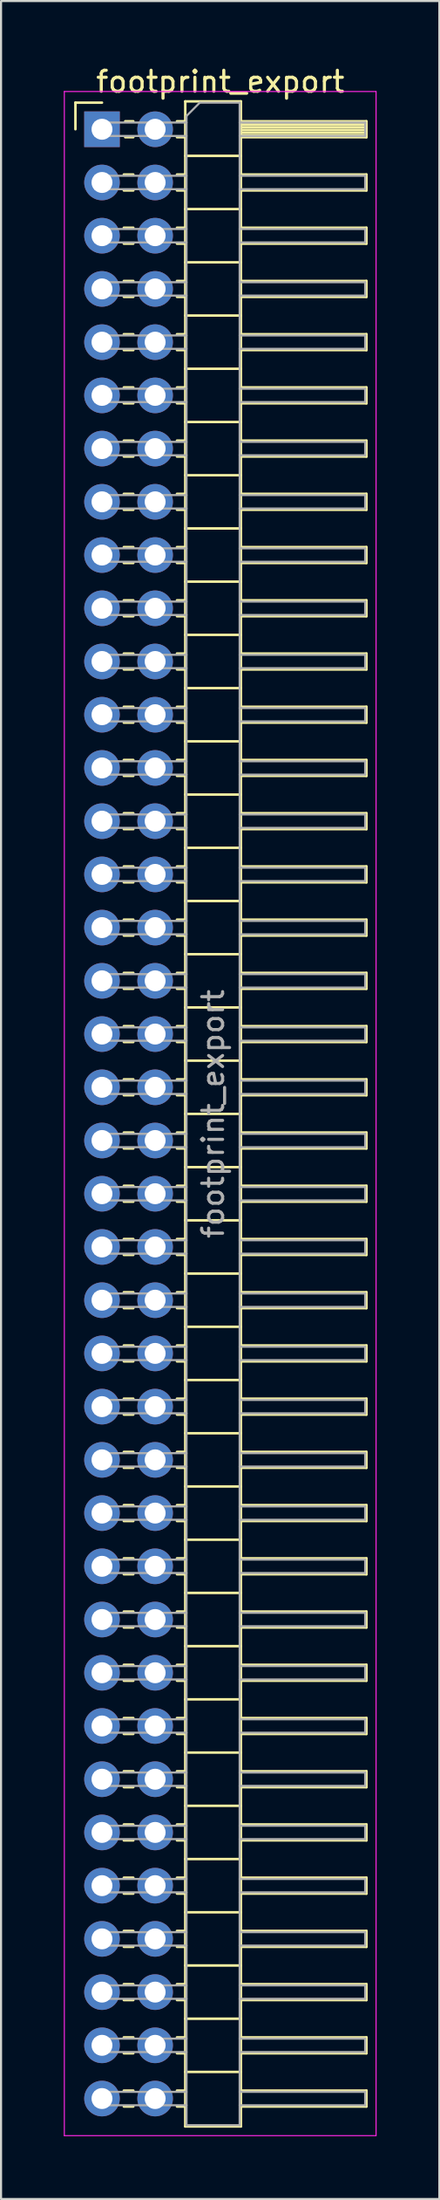
<source format=kicad_pcb>
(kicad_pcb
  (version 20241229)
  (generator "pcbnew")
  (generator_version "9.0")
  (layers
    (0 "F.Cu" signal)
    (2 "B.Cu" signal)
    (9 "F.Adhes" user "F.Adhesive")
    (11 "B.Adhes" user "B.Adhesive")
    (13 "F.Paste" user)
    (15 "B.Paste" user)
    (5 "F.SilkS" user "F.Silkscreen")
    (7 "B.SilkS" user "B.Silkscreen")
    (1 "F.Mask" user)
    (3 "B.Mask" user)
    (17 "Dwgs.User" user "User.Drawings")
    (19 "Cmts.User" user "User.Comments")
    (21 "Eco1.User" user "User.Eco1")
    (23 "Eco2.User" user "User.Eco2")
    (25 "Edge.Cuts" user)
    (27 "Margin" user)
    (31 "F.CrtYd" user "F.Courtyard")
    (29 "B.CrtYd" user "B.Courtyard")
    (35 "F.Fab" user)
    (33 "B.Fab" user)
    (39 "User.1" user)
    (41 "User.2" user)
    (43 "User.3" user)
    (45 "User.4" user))
  (footprint "footprint_export"
    (layer "F.Cu")
    (at 1.825 3.118)
    (property "Reference" "footprint_export" (at 5.655 -2.27 0) (layer "F.SilkS") (effects (font (size 1 1) (thickness 0.15))))
    (attr through_hole)
    (fp_line (start -1.27 -1.27) (end 0 -1.27) (stroke (width 0.12) (type solid)) (layer "F.SilkS"))
    (fp_line (start -1.27 0) (end -1.27 -1.27) (stroke (width 0.12) (type solid)) (layer "F.SilkS"))
    (fp_line (start 1.043 2.16) (end 1.497 2.16) (stroke (width 0.12) (type solid)) (layer "F.SilkS"))
    (fp_line (start 1.043 2.92) (end 1.497 2.92) (stroke (width 0.12) (type solid)) (layer "F.SilkS"))
    (fp_line (start 1.043 4.7) (end 1.497 4.7) (stroke (width 0.12) (type solid)) (layer "F.SilkS"))
    (fp_line (start 1.043 5.46) (end 1.497 5.46) (stroke (width 0.12) (type solid)) (layer "F.SilkS"))
    (fp_line (start 1.043 7.24) (end 1.497 7.24) (stroke (width 0.12) (type solid)) (layer "F.SilkS"))
    (fp_line (start 1.043 8) (end 1.497 8) (stroke (width 0.12) (type solid)) (layer "F.SilkS"))
    (fp_line (start 1.043 9.78) (end 1.497 9.78) (stroke (width 0.12) (type solid)) (layer "F.SilkS"))
    (fp_line (start 1.043 10.54) (end 1.497 10.54) (stroke (width 0.12) (type solid)) (layer "F.SilkS"))
    (fp_line (start 1.043 12.32) (end 1.497 12.32) (stroke (width 0.12) (type solid)) (layer "F.SilkS"))
    (fp_line (start 1.043 13.08) (end 1.497 13.08) (stroke (width 0.12) (type solid)) (layer "F.SilkS"))
    (fp_line (start 1.043 14.86) (end 1.497 14.86) (stroke (width 0.12) (type solid)) (layer "F.SilkS"))
    (fp_line (start 1.043 15.62) (end 1.497 15.62) (stroke (width 0.12) (type solid)) (layer "F.SilkS"))
    (fp_line (start 1.043 17.4) (end 1.497 17.4) (stroke (width 0.12) (type solid)) (layer "F.SilkS"))
    (fp_line (start 1.043 18.16) (end 1.497 18.16) (stroke (width 0.12) (type solid)) (layer "F.SilkS"))
    (fp_line (start 1.043 19.94) (end 1.497 19.94) (stroke (width 0.12) (type solid)) (layer "F.SilkS"))
    (fp_line (start 1.043 20.7) (end 1.497 20.7) (stroke (width 0.12) (type solid)) (layer "F.SilkS"))
    (fp_line (start 1.043 22.48) (end 1.497 22.48) (stroke (width 0.12) (type solid)) (layer "F.SilkS"))
    (fp_line (start 1.043 23.24) (end 1.497 23.24) (stroke (width 0.12) (type solid)) (layer "F.SilkS"))
    (fp_line (start 1.043 25.02) (end 1.497 25.02) (stroke (width 0.12) (type solid)) (layer "F.SilkS"))
    (fp_line (start 1.043 25.78) (end 1.497 25.78) (stroke (width 0.12) (type solid)) (layer "F.SilkS"))
    (fp_line (start 1.043 27.56) (end 1.497 27.56) (stroke (width 0.12) (type solid)) (layer "F.SilkS"))
    (fp_line (start 1.043 28.32) (end 1.497 28.32) (stroke (width 0.12) (type solid)) (layer "F.SilkS"))
    (fp_line (start 1.043 30.1) (end 1.497 30.1) (stroke (width 0.12) (type solid)) (layer "F.SilkS"))
    (fp_line (start 1.043 30.86) (end 1.497 30.86) (stroke (width 0.12) (type solid)) (layer "F.SilkS"))
    (fp_line (start 1.043 32.64) (end 1.497 32.64) (stroke (width 0.12) (type solid)) (layer "F.SilkS"))
    (fp_line (start 1.043 33.4) (end 1.497 33.4) (stroke (width 0.12) (type solid)) (layer "F.SilkS"))
    (fp_line (start 1.043 35.18) (end 1.497 35.18) (stroke (width 0.12) (type solid)) (layer "F.SilkS"))
    (fp_line (start 1.043 35.94) (end 1.497 35.94) (stroke (width 0.12) (type solid)) (layer "F.SilkS"))
    (fp_line (start 1.043 37.72) (end 1.497 37.72) (stroke (width 0.12) (type solid)) (layer "F.SilkS"))
    (fp_line (start 1.043 38.48) (end 1.497 38.48) (stroke (width 0.12) (type solid)) (layer "F.SilkS"))
    (fp_line (start 1.043 40.26) (end 1.497 40.26) (stroke (width 0.12) (type solid)) (layer "F.SilkS"))
    (fp_line (start 1.043 41.02) (end 1.497 41.02) (stroke (width 0.12) (type solid)) (layer "F.SilkS"))
    (fp_line (start 1.043 42.8) (end 1.497 42.8) (stroke (width 0.12) (type solid)) (layer "F.SilkS"))
    (fp_line (start 1.043 43.56) (end 1.497 43.56) (stroke (width 0.12) (type solid)) (layer "F.SilkS"))
    (fp_line (start 1.043 45.34) (end 1.497 45.34) (stroke (width 0.12) (type solid)) (layer "F.SilkS"))
    (fp_line (start 1.043 46.1) (end 1.497 46.1) (stroke (width 0.12) (type solid)) (layer "F.SilkS"))
    (fp_line (start 1.043 47.88) (end 1.497 47.88) (stroke (width 0.12) (type solid)) (layer "F.SilkS"))
    (fp_line (start 1.043 48.64) (end 1.497 48.64) (stroke (width 0.12) (type solid)) (layer "F.SilkS"))
    (fp_line (start 1.043 50.42) (end 1.497 50.42) (stroke (width 0.12) (type solid)) (layer "F.SilkS"))
    (fp_line (start 1.043 51.18) (end 1.497 51.18) (stroke (width 0.12) (type solid)) (layer "F.SilkS"))
    (fp_line (start 1.043 52.96) (end 1.497 52.96) (stroke (width 0.12) (type solid)) (layer "F.SilkS"))
    (fp_line (start 1.043 53.72) (end 1.497 53.72) (stroke (width 0.12) (type solid)) (layer "F.SilkS"))
    (fp_line (start 1.043 55.5) (end 1.497 55.5) (stroke (width 0.12) (type solid)) (layer "F.SilkS"))
    (fp_line (start 1.043 56.26) (end 1.497 56.26) (stroke (width 0.12) (type solid)) (layer "F.SilkS"))
    (fp_line (start 1.043 58.04) (end 1.497 58.04) (stroke (width 0.12) (type solid)) (layer "F.SilkS"))
    (fp_line (start 1.043 58.8) (end 1.497 58.8) (stroke (width 0.12) (type solid)) (layer "F.SilkS"))
    (fp_line (start 1.043 60.58) (end 1.497 60.58) (stroke (width 0.12) (type solid)) (layer "F.SilkS"))
    (fp_line (start 1.043 61.34) (end 1.497 61.34) (stroke (width 0.12) (type solid)) (layer "F.SilkS"))
    (fp_line (start 1.043 63.12) (end 1.497 63.12) (stroke (width 0.12) (type solid)) (layer "F.SilkS"))
    (fp_line (start 1.043 63.88) (end 1.497 63.88) (stroke (width 0.12) (type solid)) (layer "F.SilkS"))
    (fp_line (start 1.043 65.66) (end 1.497 65.66) (stroke (width 0.12) (type solid)) (layer "F.SilkS"))
    (fp_line (start 1.043 66.42) (end 1.497 66.42) (stroke (width 0.12) (type solid)) (layer "F.SilkS"))
    (fp_line (start 1.043 68.2) (end 1.497 68.2) (stroke (width 0.12) (type solid)) (layer "F.SilkS"))
    (fp_line (start 1.043 68.96) (end 1.497 68.96) (stroke (width 0.12) (type solid)) (layer "F.SilkS"))
    (fp_line (start 1.043 70.74) (end 1.497 70.74) (stroke (width 0.12) (type solid)) (layer "F.SilkS"))
    (fp_line (start 1.043 71.5) (end 1.497 71.5) (stroke (width 0.12) (type solid)) (layer "F.SilkS"))
    (fp_line (start 1.043 73.28) (end 1.497 73.28) (stroke (width 0.12) (type solid)) (layer "F.SilkS"))
    (fp_line (start 1.043 74.04) (end 1.497 74.04) (stroke (width 0.12) (type solid)) (layer "F.SilkS"))
    (fp_line (start 1.043 75.82) (end 1.497 75.82) (stroke (width 0.12) (type solid)) (layer "F.SilkS"))
    (fp_line (start 1.043 76.58) (end 1.497 76.58) (stroke (width 0.12) (type solid)) (layer "F.SilkS"))
    (fp_line (start 1.043 78.36) (end 1.497 78.36) (stroke (width 0.12) (type solid)) (layer "F.SilkS"))
    (fp_line (start 1.043 79.12) (end 1.497 79.12) (stroke (width 0.12) (type solid)) (layer "F.SilkS"))
    (fp_line (start 1.043 80.9) (end 1.497 80.9) (stroke (width 0.12) (type solid)) (layer "F.SilkS"))
    (fp_line (start 1.043 81.66) (end 1.497 81.66) (stroke (width 0.12) (type solid)) (layer "F.SilkS"))
    (fp_line (start 1.043 83.44) (end 1.497 83.44) (stroke (width 0.12) (type solid)) (layer "F.SilkS"))
    (fp_line (start 1.043 84.2) (end 1.497 84.2) (stroke (width 0.12) (type solid)) (layer "F.SilkS"))
    (fp_line (start 1.043 85.98) (end 1.497 85.98) (stroke (width 0.12) (type solid)) (layer "F.SilkS"))
    (fp_line (start 1.043 86.74) (end 1.497 86.74) (stroke (width 0.12) (type solid)) (layer "F.SilkS"))
    (fp_line (start 1.043 88.52) (end 1.497 88.52) (stroke (width 0.12) (type solid)) (layer "F.SilkS"))
    (fp_line (start 1.043 89.28) (end 1.497 89.28) (stroke (width 0.12) (type solid)) (layer "F.SilkS"))
    (fp_line (start 1.043 91.06) (end 1.497 91.06) (stroke (width 0.12) (type solid)) (layer "F.SilkS"))
    (fp_line (start 1.043 91.82) (end 1.497 91.82) (stroke (width 0.12) (type solid)) (layer "F.SilkS"))
    (fp_line (start 1.043 93.6) (end 1.497 93.6) (stroke (width 0.12) (type solid)) (layer "F.SilkS"))
    (fp_line (start 1.043 94.36) (end 1.497 94.36) (stroke (width 0.12) (type solid)) (layer "F.SilkS"))
    (fp_line (start 1.11 -0.38) (end 1.497 -0.38) (stroke (width 0.12) (type solid)) (layer "F.SilkS"))
    (fp_line (start 1.11 0.38) (end 1.497 0.38) (stroke (width 0.12) (type solid)) (layer "F.SilkS"))
    (fp_line (start 3.583 -0.38) (end 3.98 -0.38) (stroke (width 0.12) (type solid)) (layer "F.SilkS"))
    (fp_line (start 3.583 0.38) (end 3.98 0.38) (stroke (width 0.12) (type solid)) (layer "F.SilkS"))
    (fp_line (start 3.583 2.16) (end 3.98 2.16) (stroke (width 0.12) (type solid)) (layer "F.SilkS"))
    (fp_line (start 3.583 2.92) (end 3.98 2.92) (stroke (width 0.12) (type solid)) (layer "F.SilkS"))
    (fp_line (start 3.583 4.7) (end 3.98 4.7) (stroke (width 0.12) (type solid)) (layer "F.SilkS"))
    (fp_line (start 3.583 5.46) (end 3.98 5.46) (stroke (width 0.12) (type solid)) (layer "F.SilkS"))
    (fp_line (start 3.583 7.24) (end 3.98 7.24) (stroke (width 0.12) (type solid)) (layer "F.SilkS"))
    (fp_line (start 3.583 8) (end 3.98 8) (stroke (width 0.12) (type solid)) (layer "F.SilkS"))
    (fp_line (start 3.583 9.78) (end 3.98 9.78) (stroke (width 0.12) (type solid)) (layer "F.SilkS"))
    (fp_line (start 3.583 10.54) (end 3.98 10.54) (stroke (width 0.12) (type solid)) (layer "F.SilkS"))
    (fp_line (start 3.583 12.32) (end 3.98 12.32) (stroke (width 0.12) (type solid)) (layer "F.SilkS"))
    (fp_line (start 3.583 13.08) (end 3.98 13.08) (stroke (width 0.12) (type solid)) (layer "F.SilkS"))
    (fp_line (start 3.583 14.86) (end 3.98 14.86) (stroke (width 0.12) (type solid)) (layer "F.SilkS"))
    (fp_line (start 3.583 15.62) (end 3.98 15.62) (stroke (width 0.12) (type solid)) (layer "F.SilkS"))
    (fp_line (start 3.583 17.4) (end 3.98 17.4) (stroke (width 0.12) (type solid)) (layer "F.SilkS"))
    (fp_line (start 3.583 18.16) (end 3.98 18.16) (stroke (width 0.12) (type solid)) (layer "F.SilkS"))
    (fp_line (start 3.583 19.94) (end 3.98 19.94) (stroke (width 0.12) (type solid)) (layer "F.SilkS"))
    (fp_line (start 3.583 20.7) (end 3.98 20.7) (stroke (width 0.12) (type solid)) (layer "F.SilkS"))
    (fp_line (start 3.583 22.48) (end 3.98 22.48) (stroke (width 0.12) (type solid)) (layer "F.SilkS"))
    (fp_line (start 3.583 23.24) (end 3.98 23.24) (stroke (width 0.12) (type solid)) (layer "F.SilkS"))
    (fp_line (start 3.583 25.02) (end 3.98 25.02) (stroke (width 0.12) (type solid)) (layer "F.SilkS"))
    (fp_line (start 3.583 25.78) (end 3.98 25.78) (stroke (width 0.12) (type solid)) (layer "F.SilkS"))
    (fp_line (start 3.583 27.56) (end 3.98 27.56) (stroke (width 0.12) (type solid)) (layer "F.SilkS"))
    (fp_line (start 3.583 28.32) (end 3.98 28.32) (stroke (width 0.12) (type solid)) (layer "F.SilkS"))
    (fp_line (start 3.583 30.1) (end 3.98 30.1) (stroke (width 0.12) (type solid)) (layer "F.SilkS"))
    (fp_line (start 3.583 30.86) (end 3.98 30.86) (stroke (width 0.12) (type solid)) (layer "F.SilkS"))
    (fp_line (start 3.583 32.64) (end 3.98 32.64) (stroke (width 0.12) (type solid)) (layer "F.SilkS"))
    (fp_line (start 3.583 33.4) (end 3.98 33.4) (stroke (width 0.12) (type solid)) (layer "F.SilkS"))
    (fp_line (start 3.583 35.18) (end 3.98 35.18) (stroke (width 0.12) (type solid)) (layer "F.SilkS"))
    (fp_line (start 3.583 35.94) (end 3.98 35.94) (stroke (width 0.12) (type solid)) (layer "F.SilkS"))
    (fp_line (start 3.583 37.72) (end 3.98 37.72) (stroke (width 0.12) (type solid)) (layer "F.SilkS"))
    (fp_line (start 3.583 38.48) (end 3.98 38.48) (stroke (width 0.12) (type solid)) (layer "F.SilkS"))
    (fp_line (start 3.583 40.26) (end 3.98 40.26) (stroke (width 0.12) (type solid)) (layer "F.SilkS"))
    (fp_line (start 3.583 41.02) (end 3.98 41.02) (stroke (width 0.12) (type solid)) (layer "F.SilkS"))
    (fp_line (start 3.583 42.8) (end 3.98 42.8) (stroke (width 0.12) (type solid)) (layer "F.SilkS"))
    (fp_line (start 3.583 43.56) (end 3.98 43.56) (stroke (width 0.12) (type solid)) (layer "F.SilkS"))
    (fp_line (start 3.583 45.34) (end 3.98 45.34) (stroke (width 0.12) (type solid)) (layer "F.SilkS"))
    (fp_line (start 3.583 46.1) (end 3.98 46.1) (stroke (width 0.12) (type solid)) (layer "F.SilkS"))
    (fp_line (start 3.583 47.88) (end 3.98 47.88) (stroke (width 0.12) (type solid)) (layer "F.SilkS"))
    (fp_line (start 3.583 48.64) (end 3.98 48.64) (stroke (width 0.12) (type solid)) (layer "F.SilkS"))
    (fp_line (start 3.583 50.42) (end 3.98 50.42) (stroke (width 0.12) (type solid)) (layer "F.SilkS"))
    (fp_line (start 3.583 51.18) (end 3.98 51.18) (stroke (width 0.12) (type solid)) (layer "F.SilkS"))
    (fp_line (start 3.583 52.96) (end 3.98 52.96) (stroke (width 0.12) (type solid)) (layer "F.SilkS"))
    (fp_line (start 3.583 53.72) (end 3.98 53.72) (stroke (width 0.12) (type solid)) (layer "F.SilkS"))
    (fp_line (start 3.583 55.5) (end 3.98 55.5) (stroke (width 0.12) (type solid)) (layer "F.SilkS"))
    (fp_line (start 3.583 56.26) (end 3.98 56.26) (stroke (width 0.12) (type solid)) (layer "F.SilkS"))
    (fp_line (start 3.583 58.04) (end 3.98 58.04) (stroke (width 0.12) (type solid)) (layer "F.SilkS"))
    (fp_line (start 3.583 58.8) (end 3.98 58.8) (stroke (width 0.12) (type solid)) (layer "F.SilkS"))
    (fp_line (start 3.583 60.58) (end 3.98 60.58) (stroke (width 0.12) (type solid)) (layer "F.SilkS"))
    (fp_line (start 3.583 61.34) (end 3.98 61.34) (stroke (width 0.12) (type solid)) (layer "F.SilkS"))
    (fp_line (start 3.583 63.12) (end 3.98 63.12) (stroke (width 0.12) (type solid)) (layer "F.SilkS"))
    (fp_line (start 3.583 63.88) (end 3.98 63.88) (stroke (width 0.12) (type solid)) (layer "F.SilkS"))
    (fp_line (start 3.583 65.66) (end 3.98 65.66) (stroke (width 0.12) (type solid)) (layer "F.SilkS"))
    (fp_line (start 3.583 66.42) (end 3.98 66.42) (stroke (width 0.12) (type solid)) (layer "F.SilkS"))
    (fp_line (start 3.583 68.2) (end 3.98 68.2) (stroke (width 0.12) (type solid)) (layer "F.SilkS"))
    (fp_line (start 3.583 68.96) (end 3.98 68.96) (stroke (width 0.12) (type solid)) (layer "F.SilkS"))
    (fp_line (start 3.583 70.74) (end 3.98 70.74) (stroke (width 0.12) (type solid)) (layer "F.SilkS"))
    (fp_line (start 3.583 71.5) (end 3.98 71.5) (stroke (width 0.12) (type solid)) (layer "F.SilkS"))
    (fp_line (start 3.583 73.28) (end 3.98 73.28) (stroke (width 0.12) (type solid)) (layer "F.SilkS"))
    (fp_line (start 3.583 74.04) (end 3.98 74.04) (stroke (width 0.12) (type solid)) (layer "F.SilkS"))
    (fp_line (start 3.583 75.82) (end 3.98 75.82) (stroke (width 0.12) (type solid)) (layer "F.SilkS"))
    (fp_line (start 3.583 76.58) (end 3.98 76.58) (stroke (width 0.12) (type solid)) (layer "F.SilkS"))
    (fp_line (start 3.583 78.36) (end 3.98 78.36) (stroke (width 0.12) (type solid)) (layer "F.SilkS"))
    (fp_line (start 3.583 79.12) (end 3.98 79.12) (stroke (width 0.12) (type solid)) (layer "F.SilkS"))
    (fp_line (start 3.583 80.9) (end 3.98 80.9) (stroke (width 0.12) (type solid)) (layer "F.SilkS"))
    (fp_line (start 3.583 81.66) (end 3.98 81.66) (stroke (width 0.12) (type solid)) (layer "F.SilkS"))
    (fp_line (start 3.583 83.44) (end 3.98 83.44) (stroke (width 0.12) (type solid)) (layer "F.SilkS"))
    (fp_line (start 3.583 84.2) (end 3.98 84.2) (stroke (width 0.12) (type solid)) (layer "F.SilkS"))
    (fp_line (start 3.583 85.98) (end 3.98 85.98) (stroke (width 0.12) (type solid)) (layer "F.SilkS"))
    (fp_line (start 3.583 86.74) (end 3.98 86.74) (stroke (width 0.12) (type solid)) (layer "F.SilkS"))
    (fp_line (start 3.583 88.52) (end 3.98 88.52) (stroke (width 0.12) (type solid)) (layer "F.SilkS"))
    (fp_line (start 3.583 89.28) (end 3.98 89.28) (stroke (width 0.12) (type solid)) (layer "F.SilkS"))
    (fp_line (start 3.583 91.06) (end 3.98 91.06) (stroke (width 0.12) (type solid)) (layer "F.SilkS"))
    (fp_line (start 3.583 91.82) (end 3.98 91.82) (stroke (width 0.12) (type solid)) (layer "F.SilkS"))
    (fp_line (start 3.583 93.6) (end 3.98 93.6) (stroke (width 0.12) (type solid)) (layer "F.SilkS"))
    (fp_line (start 3.583 94.36) (end 3.98 94.36) (stroke (width 0.12) (type solid)) (layer "F.SilkS"))
    (fp_line (start 3.98 -1.33) (end 3.98 95.31) (stroke (width 0.12) (type solid)) (layer "F.SilkS"))
    (fp_line (start 3.98 1.27) (end 6.64 1.27) (stroke (width 0.12) (type solid)) (layer "F.SilkS"))
    (fp_line (start 3.98 3.81) (end 6.64 3.81) (stroke (width 0.12) (type solid)) (layer "F.SilkS"))
    (fp_line (start 3.98 6.35) (end 6.64 6.35) (stroke (width 0.12) (type solid)) (layer "F.SilkS"))
    (fp_line (start 3.98 8.89) (end 6.64 8.89) (stroke (width 0.12) (type solid)) (layer "F.SilkS"))
    (fp_line (start 3.98 11.43) (end 6.64 11.43) (stroke (width 0.12) (type solid)) (layer "F.SilkS"))
    (fp_line (start 3.98 13.97) (end 6.64 13.97) (stroke (width 0.12) (type solid)) (layer "F.SilkS"))
    (fp_line (start 3.98 16.51) (end 6.64 16.51) (stroke (width 0.12) (type solid)) (layer "F.SilkS"))
    (fp_line (start 3.98 19.05) (end 6.64 19.05) (stroke (width 0.12) (type solid)) (layer "F.SilkS"))
    (fp_line (start 3.98 21.59) (end 6.64 21.59) (stroke (width 0.12) (type solid)) (layer "F.SilkS"))
    (fp_line (start 3.98 24.13) (end 6.64 24.13) (stroke (width 0.12) (type solid)) (layer "F.SilkS"))
    (fp_line (start 3.98 26.67) (end 6.64 26.67) (stroke (width 0.12) (type solid)) (layer "F.SilkS"))
    (fp_line (start 3.98 29.21) (end 6.64 29.21) (stroke (width 0.12) (type solid)) (layer "F.SilkS"))
    (fp_line (start 3.98 31.75) (end 6.64 31.75) (stroke (width 0.12) (type solid)) (layer "F.SilkS"))
    (fp_line (start 3.98 34.29) (end 6.64 34.29) (stroke (width 0.12) (type solid)) (layer "F.SilkS"))
    (fp_line (start 3.98 36.83) (end 6.64 36.83) (stroke (width 0.12) (type solid)) (layer "F.SilkS"))
    (fp_line (start 3.98 39.37) (end 6.64 39.37) (stroke (width 0.12) (type solid)) (layer "F.SilkS"))
    (fp_line (start 3.98 41.91) (end 6.64 41.91) (stroke (width 0.12) (type solid)) (layer "F.SilkS"))
    (fp_line (start 3.98 44.45) (end 6.64 44.45) (stroke (width 0.12) (type solid)) (layer "F.SilkS"))
    (fp_line (start 3.98 46.99) (end 6.64 46.99) (stroke (width 0.12) (type solid)) (layer "F.SilkS"))
    (fp_line (start 3.98 49.53) (end 6.64 49.53) (stroke (width 0.12) (type solid)) (layer "F.SilkS"))
    (fp_line (start 3.98 52.07) (end 6.64 52.07) (stroke (width 0.12) (type solid)) (layer "F.SilkS"))
    (fp_line (start 3.98 54.61) (end 6.64 54.61) (stroke (width 0.12) (type solid)) (layer "F.SilkS"))
    (fp_line (start 3.98 57.15) (end 6.64 57.15) (stroke (width 0.12) (type solid)) (layer "F.SilkS"))
    (fp_line (start 3.98 59.69) (end 6.64 59.69) (stroke (width 0.12) (type solid)) (layer "F.SilkS"))
    (fp_line (start 3.98 62.23) (end 6.64 62.23) (stroke (width 0.12) (type solid)) (layer "F.SilkS"))
    (fp_line (start 3.98 64.77) (end 6.64 64.77) (stroke (width 0.12) (type solid)) (layer "F.SilkS"))
    (fp_line (start 3.98 67.31) (end 6.64 67.31) (stroke (width 0.12) (type solid)) (layer "F.SilkS"))
    (fp_line (start 3.98 69.85) (end 6.64 69.85) (stroke (width 0.12) (type solid)) (layer "F.SilkS"))
    (fp_line (start 3.98 72.39) (end 6.64 72.39) (stroke (width 0.12) (type solid)) (layer "F.SilkS"))
    (fp_line (start 3.98 74.93) (end 6.64 74.93) (stroke (width 0.12) (type solid)) (layer "F.SilkS"))
    (fp_line (start 3.98 77.47) (end 6.64 77.47) (stroke (width 0.12) (type solid)) (layer "F.SilkS"))
    (fp_line (start 3.98 80.01) (end 6.64 80.01) (stroke (width 0.12) (type solid)) (layer "F.SilkS"))
    (fp_line (start 3.98 82.55) (end 6.64 82.55) (stroke (width 0.12) (type solid)) (layer "F.SilkS"))
    (fp_line (start 3.98 85.09) (end 6.64 85.09) (stroke (width 0.12) (type solid)) (layer "F.SilkS"))
    (fp_line (start 3.98 87.63) (end 6.64 87.63) (stroke (width 0.12) (type solid)) (layer "F.SilkS"))
    (fp_line (start 3.98 90.17) (end 6.64 90.17) (stroke (width 0.12) (type solid)) (layer "F.SilkS"))
    (fp_line (start 3.98 92.71) (end 6.64 92.71) (stroke (width 0.12) (type solid)) (layer "F.SilkS"))
    (fp_line (start 3.98 95.31) (end 6.64 95.31) (stroke (width 0.12) (type solid)) (layer "F.SilkS"))
    (fp_line (start 6.64 -1.33) (end 3.98 -1.33) (stroke (width 0.12) (type solid)) (layer "F.SilkS"))
    (fp_line (start 6.64 -0.38) (end 12.64 -0.38) (stroke (width 0.12) (type solid)) (layer "F.SilkS"))
    (fp_line (start 6.64 -0.32) (end 12.64 -0.32) (stroke (width 0.12) (type solid)) (layer "F.SilkS"))
    (fp_line (start 6.64 -0.2) (end 12.64 -0.2) (stroke (width 0.12) (type solid)) (layer "F.SilkS"))
    (fp_line (start 6.64 -0.08) (end 12.64 -0.08) (stroke (width 0.12) (type solid)) (layer "F.SilkS"))
    (fp_line (start 6.64 0.04) (end 12.64 0.04) (stroke (width 0.12) (type solid)) (layer "F.SilkS"))
    (fp_line (start 6.64 0.16) (end 12.64 0.16) (stroke (width 0.12) (type solid)) (layer "F.SilkS"))
    (fp_line (start 6.64 0.28) (end 12.64 0.28) (stroke (width 0.12) (type solid)) (layer "F.SilkS"))
    (fp_line (start 6.64 2.16) (end 12.64 2.16) (stroke (width 0.12) (type solid)) (layer "F.SilkS"))
    (fp_line (start 6.64 4.7) (end 12.64 4.7) (stroke (width 0.12) (type solid)) (layer "F.SilkS"))
    (fp_line (start 6.64 7.24) (end 12.64 7.24) (stroke (width 0.12) (type solid)) (layer "F.SilkS"))
    (fp_line (start 6.64 9.78) (end 12.64 9.78) (stroke (width 0.12) (type solid)) (layer "F.SilkS"))
    (fp_line (start 6.64 12.32) (end 12.64 12.32) (stroke (width 0.12) (type solid)) (layer "F.SilkS"))
    (fp_line (start 6.64 14.86) (end 12.64 14.86) (stroke (width 0.12) (type solid)) (layer "F.SilkS"))
    (fp_line (start 6.64 17.4) (end 12.64 17.4) (stroke (width 0.12) (type solid)) (layer "F.SilkS"))
    (fp_line (start 6.64 19.94) (end 12.64 19.94) (stroke (width 0.12) (type solid)) (layer "F.SilkS"))
    (fp_line (start 6.64 22.48) (end 12.64 22.48) (stroke (width 0.12) (type solid)) (layer "F.SilkS"))
    (fp_line (start 6.64 25.02) (end 12.64 25.02) (stroke (width 0.12) (type solid)) (layer "F.SilkS"))
    (fp_line (start 6.64 27.56) (end 12.64 27.56) (stroke (width 0.12) (type solid)) (layer "F.SilkS"))
    (fp_line (start 6.64 30.1) (end 12.64 30.1) (stroke (width 0.12) (type solid)) (layer "F.SilkS"))
    (fp_line (start 6.64 32.64) (end 12.64 32.64) (stroke (width 0.12) (type solid)) (layer "F.SilkS"))
    (fp_line (start 6.64 35.18) (end 12.64 35.18) (stroke (width 0.12) (type solid)) (layer "F.SilkS"))
    (fp_line (start 6.64 37.72) (end 12.64 37.72) (stroke (width 0.12) (type solid)) (layer "F.SilkS"))
    (fp_line (start 6.64 40.26) (end 12.64 40.26) (stroke (width 0.12) (type solid)) (layer "F.SilkS"))
    (fp_line (start 6.64 42.8) (end 12.64 42.8) (stroke (width 0.12) (type solid)) (layer "F.SilkS"))
    (fp_line (start 6.64 45.34) (end 12.64 45.34) (stroke (width 0.12) (type solid)) (layer "F.SilkS"))
    (fp_line (start 6.64 47.88) (end 12.64 47.88) (stroke (width 0.12) (type solid)) (layer "F.SilkS"))
    (fp_line (start 6.64 50.42) (end 12.64 50.42) (stroke (width 0.12) (type solid)) (layer "F.SilkS"))
    (fp_line (start 6.64 52.96) (end 12.64 52.96) (stroke (width 0.12) (type solid)) (layer "F.SilkS"))
    (fp_line (start 6.64 55.5) (end 12.64 55.5) (stroke (width 0.12) (type solid)) (layer "F.SilkS"))
    (fp_line (start 6.64 58.04) (end 12.64 58.04) (stroke (width 0.12) (type solid)) (layer "F.SilkS"))
    (fp_line (start 6.64 60.58) (end 12.64 60.58) (stroke (width 0.12) (type solid)) (layer "F.SilkS"))
    (fp_line (start 6.64 63.12) (end 12.64 63.12) (stroke (width 0.12) (type solid)) (layer "F.SilkS"))
    (fp_line (start 6.64 65.66) (end 12.64 65.66) (stroke (width 0.12) (type solid)) (layer "F.SilkS"))
    (fp_line (start 6.64 68.2) (end 12.64 68.2) (stroke (width 0.12) (type solid)) (layer "F.SilkS"))
    (fp_line (start 6.64 70.74) (end 12.64 70.74) (stroke (width 0.12) (type solid)) (layer "F.SilkS"))
    (fp_line (start 6.64 73.28) (end 12.64 73.28) (stroke (width 0.12) (type solid)) (layer "F.SilkS"))
    (fp_line (start 6.64 75.82) (end 12.64 75.82) (stroke (width 0.12) (type solid)) (layer "F.SilkS"))
    (fp_line (start 6.64 78.36) (end 12.64 78.36) (stroke (width 0.12) (type solid)) (layer "F.SilkS"))
    (fp_line (start 6.64 80.9) (end 12.64 80.9) (stroke (width 0.12) (type solid)) (layer "F.SilkS"))
    (fp_line (start 6.64 83.44) (end 12.64 83.44) (stroke (width 0.12) (type solid)) (layer "F.SilkS"))
    (fp_line (start 6.64 85.98) (end 12.64 85.98) (stroke (width 0.12) (type solid)) (layer "F.SilkS"))
    (fp_line (start 6.64 88.52) (end 12.64 88.52) (stroke (width 0.12) (type solid)) (layer "F.SilkS"))
    (fp_line (start 6.64 91.06) (end 12.64 91.06) (stroke (width 0.12) (type solid)) (layer "F.SilkS"))
    (fp_line (start 6.64 93.6) (end 12.64 93.6) (stroke (width 0.12) (type solid)) (layer "F.SilkS"))
    (fp_line (start 6.64 95.31) (end 6.64 -1.33) (stroke (width 0.12) (type solid)) (layer "F.SilkS"))
    (fp_line (start 12.64 -0.38) (end 12.64 0.38) (stroke (width 0.12) (type solid)) (layer "F.SilkS"))
    (fp_line (start 12.64 0.38) (end 6.64 0.38) (stroke (width 0.12) (type solid)) (layer "F.SilkS"))
    (fp_line (start 12.64 2.16) (end 12.64 2.92) (stroke (width 0.12) (type solid)) (layer "F.SilkS"))
    (fp_line (start 12.64 2.92) (end 6.64 2.92) (stroke (width 0.12) (type solid)) (layer "F.SilkS"))
    (fp_line (start 12.64 4.7) (end 12.64 5.46) (stroke (width 0.12) (type solid)) (layer "F.SilkS"))
    (fp_line (start 12.64 5.46) (end 6.64 5.46) (stroke (width 0.12) (type solid)) (layer "F.SilkS"))
    (fp_line (start 12.64 7.24) (end 12.64 8) (stroke (width 0.12) (type solid)) (layer "F.SilkS"))
    (fp_line (start 12.64 8) (end 6.64 8) (stroke (width 0.12) (type solid)) (layer "F.SilkS"))
    (fp_line (start 12.64 9.78) (end 12.64 10.54) (stroke (width 0.12) (type solid)) (layer "F.SilkS"))
    (fp_line (start 12.64 10.54) (end 6.64 10.54) (stroke (width 0.12) (type solid)) (layer "F.SilkS"))
    (fp_line (start 12.64 12.32) (end 12.64 13.08) (stroke (width 0.12) (type solid)) (layer "F.SilkS"))
    (fp_line (start 12.64 13.08) (end 6.64 13.08) (stroke (width 0.12) (type solid)) (layer "F.SilkS"))
    (fp_line (start 12.64 14.86) (end 12.64 15.62) (stroke (width 0.12) (type solid)) (layer "F.SilkS"))
    (fp_line (start 12.64 15.62) (end 6.64 15.62) (stroke (width 0.12) (type solid)) (layer "F.SilkS"))
    (fp_line (start 12.64 17.4) (end 12.64 18.16) (stroke (width 0.12) (type solid)) (layer "F.SilkS"))
    (fp_line (start 12.64 18.16) (end 6.64 18.16) (stroke (width 0.12) (type solid)) (layer "F.SilkS"))
    (fp_line (start 12.64 19.94) (end 12.64 20.7) (stroke (width 0.12) (type solid)) (layer "F.SilkS"))
    (fp_line (start 12.64 20.7) (end 6.64 20.7) (stroke (width 0.12) (type solid)) (layer "F.SilkS"))
    (fp_line (start 12.64 22.48) (end 12.64 23.24) (stroke (width 0.12) (type solid)) (layer "F.SilkS"))
    (fp_line (start 12.64 23.24) (end 6.64 23.24) (stroke (width 0.12) (type solid)) (layer "F.SilkS"))
    (fp_line (start 12.64 25.02) (end 12.64 25.78) (stroke (width 0.12) (type solid)) (layer "F.SilkS"))
    (fp_line (start 12.64 25.78) (end 6.64 25.78) (stroke (width 0.12) (type solid)) (layer "F.SilkS"))
    (fp_line (start 12.64 27.56) (end 12.64 28.32) (stroke (width 0.12) (type solid)) (layer "F.SilkS"))
    (fp_line (start 12.64 28.32) (end 6.64 28.32) (stroke (width 0.12) (type solid)) (layer "F.SilkS"))
    (fp_line (start 12.64 30.1) (end 12.64 30.86) (stroke (width 0.12) (type solid)) (layer "F.SilkS"))
    (fp_line (start 12.64 30.86) (end 6.64 30.86) (stroke (width 0.12) (type solid)) (layer "F.SilkS"))
    (fp_line (start 12.64 32.64) (end 12.64 33.4) (stroke (width 0.12) (type solid)) (layer "F.SilkS"))
    (fp_line (start 12.64 33.4) (end 6.64 33.4) (stroke (width 0.12) (type solid)) (layer "F.SilkS"))
    (fp_line (start 12.64 35.18) (end 12.64 35.94) (stroke (width 0.12) (type solid)) (layer "F.SilkS"))
    (fp_line (start 12.64 35.94) (end 6.64 35.94) (stroke (width 0.12) (type solid)) (layer "F.SilkS"))
    (fp_line (start 12.64 37.72) (end 12.64 38.48) (stroke (width 0.12) (type solid)) (layer "F.SilkS"))
    (fp_line (start 12.64 38.48) (end 6.64 38.48) (stroke (width 0.12) (type solid)) (layer "F.SilkS"))
    (fp_line (start 12.64 40.26) (end 12.64 41.02) (stroke (width 0.12) (type solid)) (layer "F.SilkS"))
    (fp_line (start 12.64 41.02) (end 6.64 41.02) (stroke (width 0.12) (type solid)) (layer "F.SilkS"))
    (fp_line (start 12.64 42.8) (end 12.64 43.56) (stroke (width 0.12) (type solid)) (layer "F.SilkS"))
    (fp_line (start 12.64 43.56) (end 6.64 43.56) (stroke (width 0.12) (type solid)) (layer "F.SilkS"))
    (fp_line (start 12.64 45.34) (end 12.64 46.1) (stroke (width 0.12) (type solid)) (layer "F.SilkS"))
    (fp_line (start 12.64 46.1) (end 6.64 46.1) (stroke (width 0.12) (type solid)) (layer "F.SilkS"))
    (fp_line (start 12.64 47.88) (end 12.64 48.64) (stroke (width 0.12) (type solid)) (layer "F.SilkS"))
    (fp_line (start 12.64 48.64) (end 6.64 48.64) (stroke (width 0.12) (type solid)) (layer "F.SilkS"))
    (fp_line (start 12.64 50.42) (end 12.64 51.18) (stroke (width 0.12) (type solid)) (layer "F.SilkS"))
    (fp_line (start 12.64 51.18) (end 6.64 51.18) (stroke (width 0.12) (type solid)) (layer "F.SilkS"))
    (fp_line (start 12.64 52.96) (end 12.64 53.72) (stroke (width 0.12) (type solid)) (layer "F.SilkS"))
    (fp_line (start 12.64 53.72) (end 6.64 53.72) (stroke (width 0.12) (type solid)) (layer "F.SilkS"))
    (fp_line (start 12.64 55.5) (end 12.64 56.26) (stroke (width 0.12) (type solid)) (layer "F.SilkS"))
    (fp_line (start 12.64 56.26) (end 6.64 56.26) (stroke (width 0.12) (type solid)) (layer "F.SilkS"))
    (fp_line (start 12.64 58.04) (end 12.64 58.8) (stroke (width 0.12) (type solid)) (layer "F.SilkS"))
    (fp_line (start 12.64 58.8) (end 6.64 58.8) (stroke (width 0.12) (type solid)) (layer "F.SilkS"))
    (fp_line (start 12.64 60.58) (end 12.64 61.34) (stroke (width 0.12) (type solid)) (layer "F.SilkS"))
    (fp_line (start 12.64 61.34) (end 6.64 61.34) (stroke (width 0.12) (type solid)) (layer "F.SilkS"))
    (fp_line (start 12.64 63.12) (end 12.64 63.88) (stroke (width 0.12) (type solid)) (layer "F.SilkS"))
    (fp_line (start 12.64 63.88) (end 6.64 63.88) (stroke (width 0.12) (type solid)) (layer "F.SilkS"))
    (fp_line (start 12.64 65.66) (end 12.64 66.42) (stroke (width 0.12) (type solid)) (layer "F.SilkS"))
    (fp_line (start 12.64 66.42) (end 6.64 66.42) (stroke (width 0.12) (type solid)) (layer "F.SilkS"))
    (fp_line (start 12.64 68.2) (end 12.64 68.96) (stroke (width 0.12) (type solid)) (layer "F.SilkS"))
    (fp_line (start 12.64 68.96) (end 6.64 68.96) (stroke (width 0.12) (type solid)) (layer "F.SilkS"))
    (fp_line (start 12.64 70.74) (end 12.64 71.5) (stroke (width 0.12) (type solid)) (layer "F.SilkS"))
    (fp_line (start 12.64 71.5) (end 6.64 71.5) (stroke (width 0.12) (type solid)) (layer "F.SilkS"))
    (fp_line (start 12.64 73.28) (end 12.64 74.04) (stroke (width 0.12) (type solid)) (layer "F.SilkS"))
    (fp_line (start 12.64 74.04) (end 6.64 74.04) (stroke (width 0.12) (type solid)) (layer "F.SilkS"))
    (fp_line (start 12.64 75.82) (end 12.64 76.58) (stroke (width 0.12) (type solid)) (layer "F.SilkS"))
    (fp_line (start 12.64 76.58) (end 6.64 76.58) (stroke (width 0.12) (type solid)) (layer "F.SilkS"))
    (fp_line (start 12.64 78.36) (end 12.64 79.12) (stroke (width 0.12) (type solid)) (layer "F.SilkS"))
    (fp_line (start 12.64 79.12) (end 6.64 79.12) (stroke (width 0.12) (type solid)) (layer "F.SilkS"))
    (fp_line (start 12.64 80.9) (end 12.64 81.66) (stroke (width 0.12) (type solid)) (layer "F.SilkS"))
    (fp_line (start 12.64 81.66) (end 6.64 81.66) (stroke (width 0.12) (type solid)) (layer "F.SilkS"))
    (fp_line (start 12.64 83.44) (end 12.64 84.2) (stroke (width 0.12) (type solid)) (layer "F.SilkS"))
    (fp_line (start 12.64 84.2) (end 6.64 84.2) (stroke (width 0.12) (type solid)) (layer "F.SilkS"))
    (fp_line (start 12.64 85.98) (end 12.64 86.74) (stroke (width 0.12) (type solid)) (layer "F.SilkS"))
    (fp_line (start 12.64 86.74) (end 6.64 86.74) (stroke (width 0.12) (type solid)) (layer "F.SilkS"))
    (fp_line (start 12.64 88.52) (end 12.64 89.28) (stroke (width 0.12) (type solid)) (layer "F.SilkS"))
    (fp_line (start 12.64 89.28) (end 6.64 89.28) (stroke (width 0.12) (type solid)) (layer "F.SilkS"))
    (fp_line (start 12.64 91.06) (end 12.64 91.82) (stroke (width 0.12) (type solid)) (layer "F.SilkS"))
    (fp_line (start 12.64 91.82) (end 6.64 91.82) (stroke (width 0.12) (type solid)) (layer "F.SilkS"))
    (fp_line (start 12.64 93.6) (end 12.64 94.36) (stroke (width 0.12) (type solid)) (layer "F.SilkS"))
    (fp_line (start 12.64 94.36) (end 6.64 94.36) (stroke (width 0.12) (type solid)) (layer "F.SilkS"))
    (fp_line (start -1.8 -1.8) (end -1.8 95.75) (stroke (width 0.05) (type solid)) (layer "F.CrtYd"))
    (fp_line (start -1.8 95.75) (end 13.1 95.75) (stroke (width 0.05) (type solid)) (layer "F.CrtYd"))
    (fp_line (start 13.1 -1.8) (end -1.8 -1.8) (stroke (width 0.05) (type solid)) (layer "F.CrtYd"))
    (fp_line (start 13.1 95.75) (end 13.1 -1.8) (stroke (width 0.05) (type solid)) (layer "F.CrtYd"))
    (fp_line (start -0.32 -0.32) (end -0.32 0.32) (stroke (width 0.1) (type solid)) (layer "F.Fab"))
    (fp_line (start -0.32 -0.32) (end 4.04 -0.32) (stroke (width 0.1) (type solid)) (layer "F.Fab"))
    (fp_line (start -0.32 0.32) (end 4.04 0.32) (stroke (width 0.1) (type solid)) (layer "F.Fab"))
    (fp_line (start -0.32 2.22) (end -0.32 2.86) (stroke (width 0.1) (type solid)) (layer "F.Fab"))
    (fp_line (start -0.32 2.22) (end 4.04 2.22) (stroke (width 0.1) (type solid)) (layer "F.Fab"))
    (fp_line (start -0.32 2.86) (end 4.04 2.86) (stroke (width 0.1) (type solid)) (layer "F.Fab"))
    (fp_line (start -0.32 4.76) (end -0.32 5.4) (stroke (width 0.1) (type solid)) (layer "F.Fab"))
    (fp_line (start -0.32 4.76) (end 4.04 4.76) (stroke (width 0.1) (type solid)) (layer "F.Fab"))
    (fp_line (start -0.32 5.4) (end 4.04 5.4) (stroke (width 0.1) (type solid)) (layer "F.Fab"))
    (fp_line (start -0.32 7.3) (end -0.32 7.94) (stroke (width 0.1) (type solid)) (layer "F.Fab"))
    (fp_line (start -0.32 7.3) (end 4.04 7.3) (stroke (width 0.1) (type solid)) (layer "F.Fab"))
    (fp_line (start -0.32 7.94) (end 4.04 7.94) (stroke (width 0.1) (type solid)) (layer "F.Fab"))
    (fp_line (start -0.32 9.84) (end -0.32 10.48) (stroke (width 0.1) (type solid)) (layer "F.Fab"))
    (fp_line (start -0.32 9.84) (end 4.04 9.84) (stroke (width 0.1) (type solid)) (layer "F.Fab"))
    (fp_line (start -0.32 10.48) (end 4.04 10.48) (stroke (width 0.1) (type solid)) (layer "F.Fab"))
    (fp_line (start -0.32 12.38) (end -0.32 13.02) (stroke (width 0.1) (type solid)) (layer "F.Fab"))
    (fp_line (start -0.32 12.38) (end 4.04 12.38) (stroke (width 0.1) (type solid)) (layer "F.Fab"))
    (fp_line (start -0.32 13.02) (end 4.04 13.02) (stroke (width 0.1) (type solid)) (layer "F.Fab"))
    (fp_line (start -0.32 14.92) (end -0.32 15.56) (stroke (width 0.1) (type solid)) (layer "F.Fab"))
    (fp_line (start -0.32 14.92) (end 4.04 14.92) (stroke (width 0.1) (type solid)) (layer "F.Fab"))
    (fp_line (start -0.32 15.56) (end 4.04 15.56) (stroke (width 0.1) (type solid)) (layer "F.Fab"))
    (fp_line (start -0.32 17.46) (end -0.32 18.1) (stroke (width 0.1) (type solid)) (layer "F.Fab"))
    (fp_line (start -0.32 17.46) (end 4.04 17.46) (stroke (width 0.1) (type solid)) (layer "F.Fab"))
    (fp_line (start -0.32 18.1) (end 4.04 18.1) (stroke (width 0.1) (type solid)) (layer "F.Fab"))
    (fp_line (start -0.32 20) (end -0.32 20.64) (stroke (width 0.1) (type solid)) (layer "F.Fab"))
    (fp_line (start -0.32 20) (end 4.04 20) (stroke (width 0.1) (type solid)) (layer "F.Fab"))
    (fp_line (start -0.32 20.64) (end 4.04 20.64) (stroke (width 0.1) (type solid)) (layer "F.Fab"))
    (fp_line (start -0.32 22.54) (end -0.32 23.18) (stroke (width 0.1) (type solid)) (layer "F.Fab"))
    (fp_line (start -0.32 22.54) (end 4.04 22.54) (stroke (width 0.1) (type solid)) (layer "F.Fab"))
    (fp_line (start -0.32 23.18) (end 4.04 23.18) (stroke (width 0.1) (type solid)) (layer "F.Fab"))
    (fp_line (start -0.32 25.08) (end -0.32 25.72) (stroke (width 0.1) (type solid)) (layer "F.Fab"))
    (fp_line (start -0.32 25.08) (end 4.04 25.08) (stroke (width 0.1) (type solid)) (layer "F.Fab"))
    (fp_line (start -0.32 25.72) (end 4.04 25.72) (stroke (width 0.1) (type solid)) (layer "F.Fab"))
    (fp_line (start -0.32 27.62) (end -0.32 28.26) (stroke (width 0.1) (type solid)) (layer "F.Fab"))
    (fp_line (start -0.32 27.62) (end 4.04 27.62) (stroke (width 0.1) (type solid)) (layer "F.Fab"))
    (fp_line (start -0.32 28.26) (end 4.04 28.26) (stroke (width 0.1) (type solid)) (layer "F.Fab"))
    (fp_line (start -0.32 30.16) (end -0.32 30.8) (stroke (width 0.1) (type solid)) (layer "F.Fab"))
    (fp_line (start -0.32 30.16) (end 4.04 30.16) (stroke (width 0.1) (type solid)) (layer "F.Fab"))
    (fp_line (start -0.32 30.8) (end 4.04 30.8) (stroke (width 0.1) (type solid)) (layer "F.Fab"))
    (fp_line (start -0.32 32.7) (end -0.32 33.34) (stroke (width 0.1) (type solid)) (layer "F.Fab"))
    (fp_line (start -0.32 32.7) (end 4.04 32.7) (stroke (width 0.1) (type solid)) (layer "F.Fab"))
    (fp_line (start -0.32 33.34) (end 4.04 33.34) (stroke (width 0.1) (type solid)) (layer "F.Fab"))
    (fp_line (start -0.32 35.24) (end -0.32 35.88) (stroke (width 0.1) (type solid)) (layer "F.Fab"))
    (fp_line (start -0.32 35.24) (end 4.04 35.24) (stroke (width 0.1) (type solid)) (layer "F.Fab"))
    (fp_line (start -0.32 35.88) (end 4.04 35.88) (stroke (width 0.1) (type solid)) (layer "F.Fab"))
    (fp_line (start -0.32 37.78) (end -0.32 38.42) (stroke (width 0.1) (type solid)) (layer "F.Fab"))
    (fp_line (start -0.32 37.78) (end 4.04 37.78) (stroke (width 0.1) (type solid)) (layer "F.Fab"))
    (fp_line (start -0.32 38.42) (end 4.04 38.42) (stroke (width 0.1) (type solid)) (layer "F.Fab"))
    (fp_line (start -0.32 40.32) (end -0.32 40.96) (stroke (width 0.1) (type solid)) (layer "F.Fab"))
    (fp_line (start -0.32 40.32) (end 4.04 40.32) (stroke (width 0.1) (type solid)) (layer "F.Fab"))
    (fp_line (start -0.32 40.96) (end 4.04 40.96) (stroke (width 0.1) (type solid)) (layer "F.Fab"))
    (fp_line (start -0.32 42.86) (end -0.32 43.5) (stroke (width 0.1) (type solid)) (layer "F.Fab"))
    (fp_line (start -0.32 42.86) (end 4.04 42.86) (stroke (width 0.1) (type solid)) (layer "F.Fab"))
    (fp_line (start -0.32 43.5) (end 4.04 43.5) (stroke (width 0.1) (type solid)) (layer "F.Fab"))
    (fp_line (start -0.32 45.4) (end -0.32 46.04) (stroke (width 0.1) (type solid)) (layer "F.Fab"))
    (fp_line (start -0.32 45.4) (end 4.04 45.4) (stroke (width 0.1) (type solid)) (layer "F.Fab"))
    (fp_line (start -0.32 46.04) (end 4.04 46.04) (stroke (width 0.1) (type solid)) (layer "F.Fab"))
    (fp_line (start -0.32 47.94) (end -0.32 48.58) (stroke (width 0.1) (type solid)) (layer "F.Fab"))
    (fp_line (start -0.32 47.94) (end 4.04 47.94) (stroke (width 0.1) (type solid)) (layer "F.Fab"))
    (fp_line (start -0.32 48.58) (end 4.04 48.58) (stroke (width 0.1) (type solid)) (layer "F.Fab"))
    (fp_line (start -0.32 50.48) (end -0.32 51.12) (stroke (width 0.1) (type solid)) (layer "F.Fab"))
    (fp_line (start -0.32 50.48) (end 4.04 50.48) (stroke (width 0.1) (type solid)) (layer "F.Fab"))
    (fp_line (start -0.32 51.12) (end 4.04 51.12) (stroke (width 0.1) (type solid)) (layer "F.Fab"))
    (fp_line (start -0.32 53.02) (end -0.32 53.66) (stroke (width 0.1) (type solid)) (layer "F.Fab"))
    (fp_line (start -0.32 53.02) (end 4.04 53.02) (stroke (width 0.1) (type solid)) (layer "F.Fab"))
    (fp_line (start -0.32 53.66) (end 4.04 53.66) (stroke (width 0.1) (type solid)) (layer "F.Fab"))
    (fp_line (start -0.32 55.56) (end -0.32 56.2) (stroke (width 0.1) (type solid)) (layer "F.Fab"))
    (fp_line (start -0.32 55.56) (end 4.04 55.56) (stroke (width 0.1) (type solid)) (layer "F.Fab"))
    (fp_line (start -0.32 56.2) (end 4.04 56.2) (stroke (width 0.1) (type solid)) (layer "F.Fab"))
    (fp_line (start -0.32 58.1) (end -0.32 58.74) (stroke (width 0.1) (type solid)) (layer "F.Fab"))
    (fp_line (start -0.32 58.1) (end 4.04 58.1) (stroke (width 0.1) (type solid)) (layer "F.Fab"))
    (fp_line (start -0.32 58.74) (end 4.04 58.74) (stroke (width 0.1) (type solid)) (layer "F.Fab"))
    (fp_line (start -0.32 60.64) (end -0.32 61.28) (stroke (width 0.1) (type solid)) (layer "F.Fab"))
    (fp_line (start -0.32 60.64) (end 4.04 60.64) (stroke (width 0.1) (type solid)) (layer "F.Fab"))
    (fp_line (start -0.32 61.28) (end 4.04 61.28) (stroke (width 0.1) (type solid)) (layer "F.Fab"))
    (fp_line (start -0.32 63.18) (end -0.32 63.82) (stroke (width 0.1) (type solid)) (layer "F.Fab"))
    (fp_line (start -0.32 63.18) (end 4.04 63.18) (stroke (width 0.1) (type solid)) (layer "F.Fab"))
    (fp_line (start -0.32 63.82) (end 4.04 63.82) (stroke (width 0.1) (type solid)) (layer "F.Fab"))
    (fp_line (start -0.32 65.72) (end -0.32 66.36) (stroke (width 0.1) (type solid)) (layer "F.Fab"))
    (fp_line (start -0.32 65.72) (end 4.04 65.72) (stroke (width 0.1) (type solid)) (layer "F.Fab"))
    (fp_line (start -0.32 66.36) (end 4.04 66.36) (stroke (width 0.1) (type solid)) (layer "F.Fab"))
    (fp_line (start -0.32 68.26) (end -0.32 68.9) (stroke (width 0.1) (type solid)) (layer "F.Fab"))
    (fp_line (start -0.32 68.26) (end 4.04 68.26) (stroke (width 0.1) (type solid)) (layer "F.Fab"))
    (fp_line (start -0.32 68.9) (end 4.04 68.9) (stroke (width 0.1) (type solid)) (layer "F.Fab"))
    (fp_line (start -0.32 70.8) (end -0.32 71.44) (stroke (width 0.1) (type solid)) (layer "F.Fab"))
    (fp_line (start -0.32 70.8) (end 4.04 70.8) (stroke (width 0.1) (type solid)) (layer "F.Fab"))
    (fp_line (start -0.32 71.44) (end 4.04 71.44) (stroke (width 0.1) (type solid)) (layer "F.Fab"))
    (fp_line (start -0.32 73.34) (end -0.32 73.98) (stroke (width 0.1) (type solid)) (layer "F.Fab"))
    (fp_line (start -0.32 73.34) (end 4.04 73.34) (stroke (width 0.1) (type solid)) (layer "F.Fab"))
    (fp_line (start -0.32 73.98) (end 4.04 73.98) (stroke (width 0.1) (type solid)) (layer "F.Fab"))
    (fp_line (start -0.32 75.88) (end -0.32 76.52) (stroke (width 0.1) (type solid)) (layer "F.Fab"))
    (fp_line (start -0.32 75.88) (end 4.04 75.88) (stroke (width 0.1) (type solid)) (layer "F.Fab"))
    (fp_line (start -0.32 76.52) (end 4.04 76.52) (stroke (width 0.1) (type solid)) (layer "F.Fab"))
    (fp_line (start -0.32 78.42) (end -0.32 79.06) (stroke (width 0.1) (type solid)) (layer "F.Fab"))
    (fp_line (start -0.32 78.42) (end 4.04 78.42) (stroke (width 0.1) (type solid)) (layer "F.Fab"))
    (fp_line (start -0.32 79.06) (end 4.04 79.06) (stroke (width 0.1) (type solid)) (layer "F.Fab"))
    (fp_line (start -0.32 80.96) (end -0.32 81.6) (stroke (width 0.1) (type solid)) (layer "F.Fab"))
    (fp_line (start -0.32 80.96) (end 4.04 80.96) (stroke (width 0.1) (type solid)) (layer "F.Fab"))
    (fp_line (start -0.32 81.6) (end 4.04 81.6) (stroke (width 0.1) (type solid)) (layer "F.Fab"))
    (fp_line (start -0.32 83.5) (end -0.32 84.14) (stroke (width 0.1) (type solid)) (layer "F.Fab"))
    (fp_line (start -0.32 83.5) (end 4.04 83.5) (stroke (width 0.1) (type solid)) (layer "F.Fab"))
    (fp_line (start -0.32 84.14) (end 4.04 84.14) (stroke (width 0.1) (type solid)) (layer "F.Fab"))
    (fp_line (start -0.32 86.04) (end -0.32 86.68) (stroke (width 0.1) (type solid)) (layer "F.Fab"))
    (fp_line (start -0.32 86.04) (end 4.04 86.04) (stroke (width 0.1) (type solid)) (layer "F.Fab"))
    (fp_line (start -0.32 86.68) (end 4.04 86.68) (stroke (width 0.1) (type solid)) (layer "F.Fab"))
    (fp_line (start -0.32 88.58) (end -0.32 89.22) (stroke (width 0.1) (type solid)) (layer "F.Fab"))
    (fp_line (start -0.32 88.58) (end 4.04 88.58) (stroke (width 0.1) (type solid)) (layer "F.Fab"))
    (fp_line (start -0.32 89.22) (end 4.04 89.22) (stroke (width 0.1) (type solid)) (layer "F.Fab"))
    (fp_line (start -0.32 91.12) (end -0.32 91.76) (stroke (width 0.1) (type solid)) (layer "F.Fab"))
    (fp_line (start -0.32 91.12) (end 4.04 91.12) (stroke (width 0.1) (type solid)) (layer "F.Fab"))
    (fp_line (start -0.32 91.76) (end 4.04 91.76) (stroke (width 0.1) (type solid)) (layer "F.Fab"))
    (fp_line (start -0.32 93.66) (end -0.32 94.3) (stroke (width 0.1) (type solid)) (layer "F.Fab"))
    (fp_line (start -0.32 93.66) (end 4.04 93.66) (stroke (width 0.1) (type solid)) (layer "F.Fab"))
    (fp_line (start -0.32 94.3) (end 4.04 94.3) (stroke (width 0.1) (type solid)) (layer "F.Fab"))
    (fp_line (start 4.04 -0.635) (end 4.675 -1.27) (stroke (width 0.1) (type solid)) (layer "F.Fab"))
    (fp_line (start 4.04 95.25) (end 4.04 -0.635) (stroke (width 0.1) (type solid)) (layer "F.Fab"))
    (fp_line (start 4.675 -1.27) (end 6.58 -1.27) (stroke (width 0.1) (type solid)) (layer "F.Fab"))
    (fp_line (start 6.58 -1.27) (end 6.58 95.25) (stroke (width 0.1) (type solid)) (layer "F.Fab"))
    (fp_line (start 6.58 -0.32) (end 12.58 -0.32) (stroke (width 0.1) (type solid)) (layer "F.Fab"))
    (fp_line (start 6.58 0.32) (end 12.58 0.32) (stroke (width 0.1) (type solid)) (layer "F.Fab"))
    (fp_line (start 6.58 2.22) (end 12.58 2.22) (stroke (width 0.1) (type solid)) (layer "F.Fab"))
    (fp_line (start 6.58 2.86) (end 12.58 2.86) (stroke (width 0.1) (type solid)) (layer "F.Fab"))
    (fp_line (start 6.58 4.76) (end 12.58 4.76) (stroke (width 0.1) (type solid)) (layer "F.Fab"))
    (fp_line (start 6.58 5.4) (end 12.58 5.4) (stroke (width 0.1) (type solid)) (layer "F.Fab"))
    (fp_line (start 6.58 7.3) (end 12.58 7.3) (stroke (width 0.1) (type solid)) (layer "F.Fab"))
    (fp_line (start 6.58 7.94) (end 12.58 7.94) (stroke (width 0.1) (type solid)) (layer "F.Fab"))
    (fp_line (start 6.58 9.84) (end 12.58 9.84) (stroke (width 0.1) (type solid)) (layer "F.Fab"))
    (fp_line (start 6.58 10.48) (end 12.58 10.48) (stroke (width 0.1) (type solid)) (layer "F.Fab"))
    (fp_line (start 6.58 12.38) (end 12.58 12.38) (stroke (width 0.1) (type solid)) (layer "F.Fab"))
    (fp_line (start 6.58 13.02) (end 12.58 13.02) (stroke (width 0.1) (type solid)) (layer "F.Fab"))
    (fp_line (start 6.58 14.92) (end 12.58 14.92) (stroke (width 0.1) (type solid)) (layer "F.Fab"))
    (fp_line (start 6.58 15.56) (end 12.58 15.56) (stroke (width 0.1) (type solid)) (layer "F.Fab"))
    (fp_line (start 6.58 17.46) (end 12.58 17.46) (stroke (width 0.1) (type solid)) (layer "F.Fab"))
    (fp_line (start 6.58 18.1) (end 12.58 18.1) (stroke (width 0.1) (type solid)) (layer "F.Fab"))
    (fp_line (start 6.58 20) (end 12.58 20) (stroke (width 0.1) (type solid)) (layer "F.Fab"))
    (fp_line (start 6.58 20.64) (end 12.58 20.64) (stroke (width 0.1) (type solid)) (layer "F.Fab"))
    (fp_line (start 6.58 22.54) (end 12.58 22.54) (stroke (width 0.1) (type solid)) (layer "F.Fab"))
    (fp_line (start 6.58 23.18) (end 12.58 23.18) (stroke (width 0.1) (type solid)) (layer "F.Fab"))
    (fp_line (start 6.58 25.08) (end 12.58 25.08) (stroke (width 0.1) (type solid)) (layer "F.Fab"))
    (fp_line (start 6.58 25.72) (end 12.58 25.72) (stroke (width 0.1) (type solid)) (layer "F.Fab"))
    (fp_line (start 6.58 27.62) (end 12.58 27.62) (stroke (width 0.1) (type solid)) (layer "F.Fab"))
    (fp_line (start 6.58 28.26) (end 12.58 28.26) (stroke (width 0.1) (type solid)) (layer "F.Fab"))
    (fp_line (start 6.58 30.16) (end 12.58 30.16) (stroke (width 0.1) (type solid)) (layer "F.Fab"))
    (fp_line (start 6.58 30.8) (end 12.58 30.8) (stroke (width 0.1) (type solid)) (layer "F.Fab"))
    (fp_line (start 6.58 32.7) (end 12.58 32.7) (stroke (width 0.1) (type solid)) (layer "F.Fab"))
    (fp_line (start 6.58 33.34) (end 12.58 33.34) (stroke (width 0.1) (type solid)) (layer "F.Fab"))
    (fp_line (start 6.58 35.24) (end 12.58 35.24) (stroke (width 0.1) (type solid)) (layer "F.Fab"))
    (fp_line (start 6.58 35.88) (end 12.58 35.88) (stroke (width 0.1) (type solid)) (layer "F.Fab"))
    (fp_line (start 6.58 37.78) (end 12.58 37.78) (stroke (width 0.1) (type solid)) (layer "F.Fab"))
    (fp_line (start 6.58 38.42) (end 12.58 38.42) (stroke (width 0.1) (type solid)) (layer "F.Fab"))
    (fp_line (start 6.58 40.32) (end 12.58 40.32) (stroke (width 0.1) (type solid)) (layer "F.Fab"))
    (fp_line (start 6.58 40.96) (end 12.58 40.96) (stroke (width 0.1) (type solid)) (layer "F.Fab"))
    (fp_line (start 6.58 42.86) (end 12.58 42.86) (stroke (width 0.1) (type solid)) (layer "F.Fab"))
    (fp_line (start 6.58 43.5) (end 12.58 43.5) (stroke (width 0.1) (type solid)) (layer "F.Fab"))
    (fp_line (start 6.58 45.4) (end 12.58 45.4) (stroke (width 0.1) (type solid)) (layer "F.Fab"))
    (fp_line (start 6.58 46.04) (end 12.58 46.04) (stroke (width 0.1) (type solid)) (layer "F.Fab"))
    (fp_line (start 6.58 47.94) (end 12.58 47.94) (stroke (width 0.1) (type solid)) (layer "F.Fab"))
    (fp_line (start 6.58 48.58) (end 12.58 48.58) (stroke (width 0.1) (type solid)) (layer "F.Fab"))
    (fp_line (start 6.58 50.48) (end 12.58 50.48) (stroke (width 0.1) (type solid)) (layer "F.Fab"))
    (fp_line (start 6.58 51.12) (end 12.58 51.12) (stroke (width 0.1) (type solid)) (layer "F.Fab"))
    (fp_line (start 6.58 53.02) (end 12.58 53.02) (stroke (width 0.1) (type solid)) (layer "F.Fab"))
    (fp_line (start 6.58 53.66) (end 12.58 53.66) (stroke (width 0.1) (type solid)) (layer "F.Fab"))
    (fp_line (start 6.58 55.56) (end 12.58 55.56) (stroke (width 0.1) (type solid)) (layer "F.Fab"))
    (fp_line (start 6.58 56.2) (end 12.58 56.2) (stroke (width 0.1) (type solid)) (layer "F.Fab"))
    (fp_line (start 6.58 58.1) (end 12.58 58.1) (stroke (width 0.1) (type solid)) (layer "F.Fab"))
    (fp_line (start 6.58 58.74) (end 12.58 58.74) (stroke (width 0.1) (type solid)) (layer "F.Fab"))
    (fp_line (start 6.58 60.64) (end 12.58 60.64) (stroke (width 0.1) (type solid)) (layer "F.Fab"))
    (fp_line (start 6.58 61.28) (end 12.58 61.28) (stroke (width 0.1) (type solid)) (layer "F.Fab"))
    (fp_line (start 6.58 63.18) (end 12.58 63.18) (stroke (width 0.1) (type solid)) (layer "F.Fab"))
    (fp_line (start 6.58 63.82) (end 12.58 63.82) (stroke (width 0.1) (type solid)) (layer "F.Fab"))
    (fp_line (start 6.58 65.72) (end 12.58 65.72) (stroke (width 0.1) (type solid)) (layer "F.Fab"))
    (fp_line (start 6.58 66.36) (end 12.58 66.36) (stroke (width 0.1) (type solid)) (layer "F.Fab"))
    (fp_line (start 6.58 68.26) (end 12.58 68.26) (stroke (width 0.1) (type solid)) (layer "F.Fab"))
    (fp_line (start 6.58 68.9) (end 12.58 68.9) (stroke (width 0.1) (type solid)) (layer "F.Fab"))
    (fp_line (start 6.58 70.8) (end 12.58 70.8) (stroke (width 0.1) (type solid)) (layer "F.Fab"))
    (fp_line (start 6.58 71.44) (end 12.58 71.44) (stroke (width 0.1) (type solid)) (layer "F.Fab"))
    (fp_line (start 6.58 73.34) (end 12.58 73.34) (stroke (width 0.1) (type solid)) (layer "F.Fab"))
    (fp_line (start 6.58 73.98) (end 12.58 73.98) (stroke (width 0.1) (type solid)) (layer "F.Fab"))
    (fp_line (start 6.58 75.88) (end 12.58 75.88) (stroke (width 0.1) (type solid)) (layer "F.Fab"))
    (fp_line (start 6.58 76.52) (end 12.58 76.52) (stroke (width 0.1) (type solid)) (layer "F.Fab"))
    (fp_line (start 6.58 78.42) (end 12.58 78.42) (stroke (width 0.1) (type solid)) (layer "F.Fab"))
    (fp_line (start 6.58 79.06) (end 12.58 79.06) (stroke (width 0.1) (type solid)) (layer "F.Fab"))
    (fp_line (start 6.58 80.96) (end 12.58 80.96) (stroke (width 0.1) (type solid)) (layer "F.Fab"))
    (fp_line (start 6.58 81.6) (end 12.58 81.6) (stroke (width 0.1) (type solid)) (layer "F.Fab"))
    (fp_line (start 6.58 83.5) (end 12.58 83.5) (stroke (width 0.1) (type solid)) (layer "F.Fab"))
    (fp_line (start 6.58 84.14) (end 12.58 84.14) (stroke (width 0.1) (type solid)) (layer "F.Fab"))
    (fp_line (start 6.58 86.04) (end 12.58 86.04) (stroke (width 0.1) (type solid)) (layer "F.Fab"))
    (fp_line (start 6.58 86.68) (end 12.58 86.68) (stroke (width 0.1) (type solid)) (layer "F.Fab"))
    (fp_line (start 6.58 88.58) (end 12.58 88.58) (stroke (width 0.1) (type solid)) (layer "F.Fab"))
    (fp_line (start 6.58 89.22) (end 12.58 89.22) (stroke (width 0.1) (type solid)) (layer "F.Fab"))
    (fp_line (start 6.58 91.12) (end 12.58 91.12) (stroke (width 0.1) (type solid)) (layer "F.Fab"))
    (fp_line (start 6.58 91.76) (end 12.58 91.76) (stroke (width 0.1) (type solid)) (layer "F.Fab"))
    (fp_line (start 6.58 93.66) (end 12.58 93.66) (stroke (width 0.1) (type solid)) (layer "F.Fab"))
    (fp_line (start 6.58 94.3) (end 12.58 94.3) (stroke (width 0.1) (type solid)) (layer "F.Fab"))
    (fp_line (start 6.58 95.25) (end 4.04 95.25) (stroke (width 0.1) (type solid)) (layer "F.Fab"))
    (fp_line (start 12.58 -0.32) (end 12.58 0.32) (stroke (width 0.1) (type solid)) (layer "F.Fab"))
    (fp_line (start 12.58 2.22) (end 12.58 2.86) (stroke (width 0.1) (type solid)) (layer "F.Fab"))
    (fp_line (start 12.58 4.76) (end 12.58 5.4) (stroke (width 0.1) (type solid)) (layer "F.Fab"))
    (fp_line (start 12.58 7.3) (end 12.58 7.94) (stroke (width 0.1) (type solid)) (layer "F.Fab"))
    (fp_line (start 12.58 9.84) (end 12.58 10.48) (stroke (width 0.1) (type solid)) (layer "F.Fab"))
    (fp_line (start 12.58 12.38) (end 12.58 13.02) (stroke (width 0.1) (type solid)) (layer "F.Fab"))
    (fp_line (start 12.58 14.92) (end 12.58 15.56) (stroke (width 0.1) (type solid)) (layer "F.Fab"))
    (fp_line (start 12.58 17.46) (end 12.58 18.1) (stroke (width 0.1) (type solid)) (layer "F.Fab"))
    (fp_line (start 12.58 20) (end 12.58 20.64) (stroke (width 0.1) (type solid)) (layer "F.Fab"))
    (fp_line (start 12.58 22.54) (end 12.58 23.18) (stroke (width 0.1) (type solid)) (layer "F.Fab"))
    (fp_line (start 12.58 25.08) (end 12.58 25.72) (stroke (width 0.1) (type solid)) (layer "F.Fab"))
    (fp_line (start 12.58 27.62) (end 12.58 28.26) (stroke (width 0.1) (type solid)) (layer "F.Fab"))
    (fp_line (start 12.58 30.16) (end 12.58 30.8) (stroke (width 0.1) (type solid)) (layer "F.Fab"))
    (fp_line (start 12.58 32.7) (end 12.58 33.34) (stroke (width 0.1) (type solid)) (layer "F.Fab"))
    (fp_line (start 12.58 35.24) (end 12.58 35.88) (stroke (width 0.1) (type solid)) (layer "F.Fab"))
    (fp_line (start 12.58 37.78) (end 12.58 38.42) (stroke (width 0.1) (type solid)) (layer "F.Fab"))
    (fp_line (start 12.58 40.32) (end 12.58 40.96) (stroke (width 0.1) (type solid)) (layer "F.Fab"))
    (fp_line (start 12.58 42.86) (end 12.58 43.5) (stroke (width 0.1) (type solid)) (layer "F.Fab"))
    (fp_line (start 12.58 45.4) (end 12.58 46.04) (stroke (width 0.1) (type solid)) (layer "F.Fab"))
    (fp_line (start 12.58 47.94) (end 12.58 48.58) (stroke (width 0.1) (type solid)) (layer "F.Fab"))
    (fp_line (start 12.58 50.48) (end 12.58 51.12) (stroke (width 0.1) (type solid)) (layer "F.Fab"))
    (fp_line (start 12.58 53.02) (end 12.58 53.66) (stroke (width 0.1) (type solid)) (layer "F.Fab"))
    (fp_line (start 12.58 55.56) (end 12.58 56.2) (stroke (width 0.1) (type solid)) (layer "F.Fab"))
    (fp_line (start 12.58 58.1) (end 12.58 58.74) (stroke (width 0.1) (type solid)) (layer "F.Fab"))
    (fp_line (start 12.58 60.64) (end 12.58 61.28) (stroke (width 0.1) (type solid)) (layer "F.Fab"))
    (fp_line (start 12.58 63.18) (end 12.58 63.82) (stroke (width 0.1) (type solid)) (layer "F.Fab"))
    (fp_line (start 12.58 65.72) (end 12.58 66.36) (stroke (width 0.1) (type solid)) (layer "F.Fab"))
    (fp_line (start 12.58 68.26) (end 12.58 68.9) (stroke (width 0.1) (type solid)) (layer "F.Fab"))
    (fp_line (start 12.58 70.8) (end 12.58 71.44) (stroke (width 0.1) (type solid)) (layer "F.Fab"))
    (fp_line (start 12.58 73.34) (end 12.58 73.98) (stroke (width 0.1) (type solid)) (layer "F.Fab"))
    (fp_line (start 12.58 75.88) (end 12.58 76.52) (stroke (width 0.1) (type solid)) (layer "F.Fab"))
    (fp_line (start 12.58 78.42) (end 12.58 79.06) (stroke (width 0.1) (type solid)) (layer "F.Fab"))
    (fp_line (start 12.58 80.96) (end 12.58 81.6) (stroke (width 0.1) (type solid)) (layer "F.Fab"))
    (fp_line (start 12.58 83.5) (end 12.58 84.14) (stroke (width 0.1) (type solid)) (layer "F.Fab"))
    (fp_line (start 12.58 86.04) (end 12.58 86.68) (stroke (width 0.1) (type solid)) (layer "F.Fab"))
    (fp_line (start 12.58 88.58) (end 12.58 89.22) (stroke (width 0.1) (type solid)) (layer "F.Fab"))
    (fp_line (start 12.58 91.12) (end 12.58 91.76) (stroke (width 0.1) (type solid)) (layer "F.Fab"))
    (fp_line (start 12.58 93.66) (end 12.58 94.3) (stroke (width 0.1) (type solid)) (layer "F.Fab"))
    (fp_text user "${REFERENCE}" (at 5.31 46.99 90) (layer "F.Fab") (effects (font (size 1 1) (thickness 0.15))))
    (pad "1" thru_hole rect (at 0 0) (size 1.7 1.7) (drill 1) (layers "*.Cu" "*.Mask"))
    (pad "2" thru_hole oval (at 2.54 0) (size 1.7 1.7) (drill 1) (layers "*.Cu" "*.Mask"))
    (pad "3" thru_hole oval (at 0 2.54) (size 1.7 1.7) (drill 1) (layers "*.Cu" "*.Mask"))
    (pad "4" thru_hole oval (at 2.54 2.54) (size 1.7 1.7) (drill 1) (layers "*.Cu" "*.Mask"))
    (pad "5" thru_hole oval (at 0 5.08) (size 1.7 1.7) (drill 1) (layers "*.Cu" "*.Mask"))
    (pad "6" thru_hole oval (at 2.54 5.08) (size 1.7 1.7) (drill 1) (layers "*.Cu" "*.Mask"))
    (pad "7" thru_hole oval (at 0 7.62) (size 1.7 1.7) (drill 1) (layers "*.Cu" "*.Mask"))
    (pad "8" thru_hole oval (at 2.54 7.62) (size 1.7 1.7) (drill 1) (layers "*.Cu" "*.Mask"))
    (pad "9" thru_hole oval (at 0 10.16) (size 1.7 1.7) (drill 1) (layers "*.Cu" "*.Mask"))
    (pad "10" thru_hole oval (at 2.54 10.16) (size 1.7 1.7) (drill 1) (layers "*.Cu" "*.Mask"))
    (pad "11" thru_hole oval (at 0 12.7) (size 1.7 1.7) (drill 1) (layers "*.Cu" "*.Mask"))
    (pad "12" thru_hole oval (at 2.54 12.7) (size 1.7 1.7) (drill 1) (layers "*.Cu" "*.Mask"))
    (pad "13" thru_hole oval (at 0 15.24) (size 1.7 1.7) (drill 1) (layers "*.Cu" "*.Mask"))
    (pad "14" thru_hole oval (at 2.54 15.24) (size 1.7 1.7) (drill 1) (layers "*.Cu" "*.Mask"))
    (pad "15" thru_hole oval (at 0 17.78) (size 1.7 1.7) (drill 1) (layers "*.Cu" "*.Mask"))
    (pad "16" thru_hole oval (at 2.54 17.78) (size 1.7 1.7) (drill 1) (layers "*.Cu" "*.Mask"))
    (pad "17" thru_hole oval (at 0 20.32) (size 1.7 1.7) (drill 1) (layers "*.Cu" "*.Mask"))
    (pad "18" thru_hole oval (at 2.54 20.32) (size 1.7 1.7) (drill 1) (layers "*.Cu" "*.Mask"))
    (pad "19" thru_hole oval (at 0 22.86) (size 1.7 1.7) (drill 1) (layers "*.Cu" "*.Mask"))
    (pad "20" thru_hole oval (at 2.54 22.86) (size 1.7 1.7) (drill 1) (layers "*.Cu" "*.Mask"))
    (pad "21" thru_hole oval (at 0 25.4) (size 1.7 1.7) (drill 1) (layers "*.Cu" "*.Mask"))
    (pad "22" thru_hole oval (at 2.54 25.4) (size 1.7 1.7) (drill 1) (layers "*.Cu" "*.Mask"))
    (pad "23" thru_hole oval (at 0 27.94) (size 1.7 1.7) (drill 1) (layers "*.Cu" "*.Mask"))
    (pad "24" thru_hole oval (at 2.54 27.94) (size 1.7 1.7) (drill 1) (layers "*.Cu" "*.Mask"))
    (pad "25" thru_hole oval (at 0 30.48) (size 1.7 1.7) (drill 1) (layers "*.Cu" "*.Mask"))
    (pad "26" thru_hole oval (at 2.54 30.48) (size 1.7 1.7) (drill 1) (layers "*.Cu" "*.Mask"))
    (pad "27" thru_hole oval (at 0 33.02) (size 1.7 1.7) (drill 1) (layers "*.Cu" "*.Mask"))
    (pad "28" thru_hole oval (at 2.54 33.02) (size 1.7 1.7) (drill 1) (layers "*.Cu" "*.Mask"))
    (pad "29" thru_hole oval (at 0 35.56) (size 1.7 1.7) (drill 1) (layers "*.Cu" "*.Mask"))
    (pad "30" thru_hole oval (at 2.54 35.56) (size 1.7 1.7) (drill 1) (layers "*.Cu" "*.Mask"))
    (pad "31" thru_hole oval (at 0 38.1) (size 1.7 1.7) (drill 1) (layers "*.Cu" "*.Mask"))
    (pad "32" thru_hole oval (at 2.54 38.1) (size 1.7 1.7) (drill 1) (layers "*.Cu" "*.Mask"))
    (pad "33" thru_hole oval (at 0 40.64) (size 1.7 1.7) (drill 1) (layers "*.Cu" "*.Mask"))
    (pad "34" thru_hole oval (at 2.54 40.64) (size 1.7 1.7) (drill 1) (layers "*.Cu" "*.Mask"))
    (pad "35" thru_hole oval (at 0 43.18) (size 1.7 1.7) (drill 1) (layers "*.Cu" "*.Mask"))
    (pad "36" thru_hole oval (at 2.54 43.18) (size 1.7 1.7) (drill 1) (layers "*.Cu" "*.Mask"))
    (pad "37" thru_hole oval (at 0 45.72) (size 1.7 1.7) (drill 1) (layers "*.Cu" "*.Mask"))
    (pad "38" thru_hole oval (at 2.54 45.72) (size 1.7 1.7) (drill 1) (layers "*.Cu" "*.Mask"))
    (pad "39" thru_hole oval (at 0 48.26) (size 1.7 1.7) (drill 1) (layers "*.Cu" "*.Mask"))
    (pad "40" thru_hole oval (at 2.54 48.26) (size 1.7 1.7) (drill 1) (layers "*.Cu" "*.Mask"))
    (pad "41" thru_hole oval (at 0 50.8) (size 1.7 1.7) (drill 1) (layers "*.Cu" "*.Mask"))
    (pad "42" thru_hole oval (at 2.54 50.8) (size 1.7 1.7) (drill 1) (layers "*.Cu" "*.Mask"))
    (pad "43" thru_hole oval (at 0 53.34) (size 1.7 1.7) (drill 1) (layers "*.Cu" "*.Mask"))
    (pad "44" thru_hole oval (at 2.54 53.34) (size 1.7 1.7) (drill 1) (layers "*.Cu" "*.Mask"))
    (pad "45" thru_hole oval (at 0 55.88) (size 1.7 1.7) (drill 1) (layers "*.Cu" "*.Mask"))
    (pad "46" thru_hole oval (at 2.54 55.88) (size 1.7 1.7) (drill 1) (layers "*.Cu" "*.Mask"))
    (pad "47" thru_hole oval (at 0 58.42) (size 1.7 1.7) (drill 1) (layers "*.Cu" "*.Mask"))
    (pad "48" thru_hole oval (at 2.54 58.42) (size 1.7 1.7) (drill 1) (layers "*.Cu" "*.Mask"))
    (pad "49" thru_hole oval (at 0 60.96) (size 1.7 1.7) (drill 1) (layers "*.Cu" "*.Mask"))
    (pad "50" thru_hole oval (at 2.54 60.96) (size 1.7 1.7) (drill 1) (layers "*.Cu" "*.Mask"))
    (pad "51" thru_hole oval (at 0 63.5) (size 1.7 1.7) (drill 1) (layers "*.Cu" "*.Mask"))
    (pad "52" thru_hole oval (at 2.54 63.5) (size 1.7 1.7) (drill 1) (layers "*.Cu" "*.Mask"))
    (pad "53" thru_hole oval (at 0 66.04) (size 1.7 1.7) (drill 1) (layers "*.Cu" "*.Mask"))
    (pad "54" thru_hole oval (at 2.54 66.04) (size 1.7 1.7) (drill 1) (layers "*.Cu" "*.Mask"))
    (pad "55" thru_hole oval (at 0 68.58) (size 1.7 1.7) (drill 1) (layers "*.Cu" "*.Mask"))
    (pad "56" thru_hole oval (at 2.54 68.58) (size 1.7 1.7) (drill 1) (layers "*.Cu" "*.Mask"))
    (pad "57" thru_hole oval (at 0 71.12) (size 1.7 1.7) (drill 1) (layers "*.Cu" "*.Mask"))
    (pad "58" thru_hole oval (at 2.54 71.12) (size 1.7 1.7) (drill 1) (layers "*.Cu" "*.Mask"))
    (pad "59" thru_hole oval (at 0 73.66) (size 1.7 1.7) (drill 1) (layers "*.Cu" "*.Mask"))
    (pad "60" thru_hole oval (at 2.54 73.66) (size 1.7 1.7) (drill 1) (layers "*.Cu" "*.Mask"))
    (pad "61" thru_hole oval (at 0 76.2) (size 1.7 1.7) (drill 1) (layers "*.Cu" "*.Mask"))
    (pad "62" thru_hole oval (at 2.54 76.2) (size 1.7 1.7) (drill 1) (layers "*.Cu" "*.Mask"))
    (pad "63" thru_hole oval (at 0 78.74) (size 1.7 1.7) (drill 1) (layers "*.Cu" "*.Mask"))
    (pad "64" thru_hole oval (at 2.54 78.74) (size 1.7 1.7) (drill 1) (layers "*.Cu" "*.Mask"))
    (pad "65" thru_hole oval (at 0 81.28) (size 1.7 1.7) (drill 1) (layers "*.Cu" "*.Mask"))
    (pad "66" thru_hole oval (at 2.54 81.28) (size 1.7 1.7) (drill 1) (layers "*.Cu" "*.Mask"))
    (pad "67" thru_hole oval (at 0 83.82) (size 1.7 1.7) (drill 1) (layers "*.Cu" "*.Mask"))
    (pad "68" thru_hole oval (at 2.54 83.82) (size 1.7 1.7) (drill 1) (layers "*.Cu" "*.Mask"))
    (pad "69" thru_hole oval (at 0 86.36) (size 1.7 1.7) (drill 1) (layers "*.Cu" "*.Mask"))
    (pad "70" thru_hole oval (at 2.54 86.36) (size 1.7 1.7) (drill 1) (layers "*.Cu" "*.Mask"))
    (pad "71" thru_hole oval (at 0 88.9) (size 1.7 1.7) (drill 1) (layers "*.Cu" "*.Mask"))
    (pad "72" thru_hole oval (at 2.54 88.9) (size 1.7 1.7) (drill 1) (layers "*.Cu" "*.Mask"))
    (pad "73" thru_hole oval (at 0 91.44) (size 1.7 1.7) (drill 1) (layers "*.Cu" "*.Mask"))
    (pad "74" thru_hole oval (at 2.54 91.44) (size 1.7 1.7) (drill 1) (layers "*.Cu" "*.Mask"))
    (pad "75" thru_hole oval (at 0 93.98) (size 1.7 1.7) (drill 1) (layers "*.Cu" "*.Mask"))
    (pad "76" thru_hole oval (at 2.54 93.98) (size 1.7 1.7) (drill 1) (layers "*.Cu" "*.Mask")))
  (gr_rect
    (start -3 -3)
    (end 17.95 101.893)
    (stroke (width 0.1) (type default))
    (fill no)
    (layer "Edge.Cuts")))
</source>
